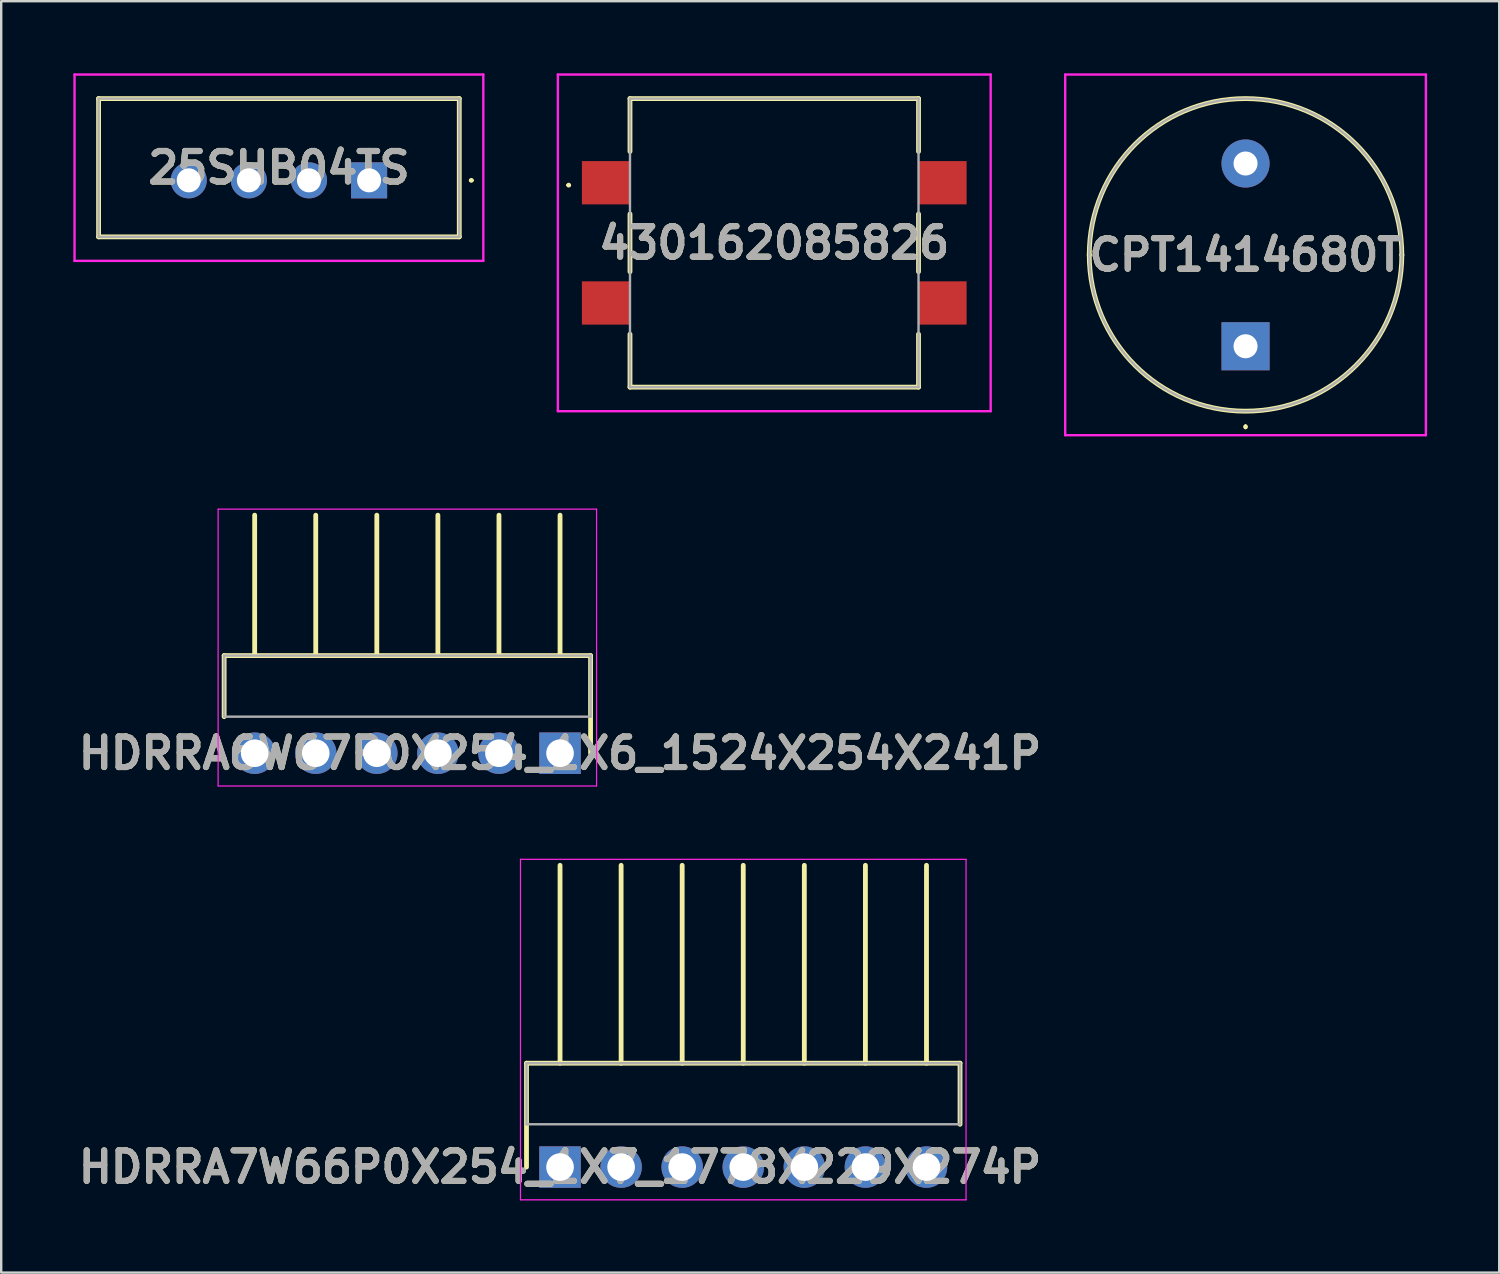
<source format=kicad_pcb>
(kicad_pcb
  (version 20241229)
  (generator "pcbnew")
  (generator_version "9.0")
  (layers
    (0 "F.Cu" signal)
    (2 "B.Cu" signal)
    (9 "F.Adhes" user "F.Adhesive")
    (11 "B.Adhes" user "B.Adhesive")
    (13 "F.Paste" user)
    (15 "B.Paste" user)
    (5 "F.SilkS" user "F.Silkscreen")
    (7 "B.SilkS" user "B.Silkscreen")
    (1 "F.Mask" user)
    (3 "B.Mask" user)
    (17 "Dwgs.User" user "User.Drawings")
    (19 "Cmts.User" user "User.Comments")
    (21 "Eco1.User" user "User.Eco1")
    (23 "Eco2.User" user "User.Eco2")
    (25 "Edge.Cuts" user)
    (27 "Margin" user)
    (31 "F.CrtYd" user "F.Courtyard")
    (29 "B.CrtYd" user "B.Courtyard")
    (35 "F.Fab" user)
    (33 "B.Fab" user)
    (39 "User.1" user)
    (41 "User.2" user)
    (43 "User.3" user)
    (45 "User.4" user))
  (footprint "25SHB04TS"
    (layer "F.Cu")
    (at 12.3 4.45)
    (property "Reference" "25SHB04TS" (at -3.75 -0.525 0) (layer "F.SilkS") (effects (font (size 1.27 1.27) (thickness 0.254))))
    (attr through_hole)
    (fp_line (start -11.25 -3.4) (end 3.75 -3.4) (stroke (width 0.2) (type solid)) (layer "F.SilkS"))
    (fp_line (start -11.25 2.35) (end -11.25 -3.4) (stroke (width 0.2) (type solid)) (layer "F.SilkS"))
    (fp_line (start 3.75 -3.4) (end 3.75 2.35) (stroke (width 0.2) (type solid)) (layer "F.SilkS"))
    (fp_line (start 3.75 2.35) (end -11.25 2.35) (stroke (width 0.2) (type solid)) (layer "F.SilkS"))
    (fp_line (start 4.2 0) (end 4.2 0) (stroke (width 0.1) (type solid)) (layer "F.SilkS"))
    (fp_line (start 4.3 0) (end 4.3 0) (stroke (width 0.1) (type solid)) (layer "F.SilkS"))
    (fp_arc (start 4.2 0) (mid 4.25 -0.05) (end 4.3 0) (stroke (width 0.1) (type solid)) (layer "F.SilkS"))
    (fp_arc (start 4.3 0) (mid 4.25 0.05) (end 4.2 0) (stroke (width 0.1) (type solid)) (layer "F.SilkS"))
    (fp_line (start -12.25 -4.4) (end 4.75 -4.4) (stroke (width 0.1) (type solid)) (layer "F.CrtYd"))
    (fp_line (start -12.25 3.35) (end -12.25 -4.4) (stroke (width 0.1) (type solid)) (layer "F.CrtYd"))
    (fp_line (start 4.75 -4.4) (end 4.75 3.35) (stroke (width 0.1) (type solid)) (layer "F.CrtYd"))
    (fp_line (start 4.75 3.35) (end -12.25 3.35) (stroke (width 0.1) (type solid)) (layer "F.CrtYd"))
    (fp_line (start -11.25 -3.4) (end 3.75 -3.4) (stroke (width 0.1) (type solid)) (layer "F.Fab"))
    (fp_line (start -11.25 2.35) (end -11.25 -3.4) (stroke (width 0.1) (type solid)) (layer "F.Fab"))
    (fp_line (start 3.75 -3.4) (end 3.75 2.35) (stroke (width 0.1) (type solid)) (layer "F.Fab"))
    (fp_line (start 3.75 2.35) (end -11.25 2.35) (stroke (width 0.1) (type solid)) (layer "F.Fab"))
    (fp_text user "${REFERENCE}" (at -3.75 -0.525 0) (layer "F.Fab") (effects (font (size 1.27 1.27) (thickness 0.254))))
    (pad "1" thru_hole rect (at 0 0) (size 1.5 1.5) (drill 1) (layers "*.Cu" "*.Mask"))
    (pad "2" thru_hole circle (at -2.5 0) (size 1.5 1.5) (drill 1) (layers "*.Cu" "*.Mask"))
    (pad "3" thru_hole circle (at -5 0) (size 1.5 1.5) (drill 1) (layers "*.Cu" "*.Mask"))
    (pad "4" thru_hole circle (at -7.5 0) (size 1.5 1.5) (drill 1) (layers "*.Cu" "*.Mask")))
  (footprint "CPT1414680T"
    (layer "F.Cu")
    (at 48.75 11.35)
    (property "Reference" "CPT1414680T" (at 0 -3.8 0) (layer "F.SilkS") (effects (font (size 1.27 1.27) (thickness 0.254))))
    (attr through_hole)
    (fp_line (start -6.5 -3.8) (end -6.5 -3.8) (stroke (width 0.2) (type solid)) (layer "F.SilkS"))
    (fp_line (start 0 3.3) (end 0 3.3) (stroke (width 0.1) (type solid)) (layer "F.SilkS"))
    (fp_line (start 0 3.4) (end 0 3.4) (stroke (width 0.1) (type solid)) (layer "F.SilkS"))
    (fp_line (start 6.5 -3.8) (end 6.5 -3.8) (stroke (width 0.2) (type solid)) (layer "F.SilkS"))
    (fp_arc (start -6.5 -3.8) (mid 0 -10.3) (end 6.5 -3.8) (stroke (width 0.2) (type solid)) (layer "F.SilkS"))
    (fp_arc (start 0 3.3) (mid 0.05 3.35) (end 0 3.4) (stroke (width 0.1) (type solid)) (layer "F.SilkS"))
    (fp_arc (start 0 3.4) (mid -0.05 3.35) (end 0 3.3) (stroke (width 0.1) (type solid)) (layer "F.SilkS"))
    (fp_arc (start 6.5 -3.8) (mid 0 2.7) (end -6.5 -3.8) (stroke (width 0.2) (type solid)) (layer "F.SilkS"))
    (fp_line (start -7.5 -11.3) (end 7.5 -11.3) (stroke (width 0.1) (type solid)) (layer "F.CrtYd"))
    (fp_line (start -7.5 3.7) (end -7.5 -11.3) (stroke (width 0.1) (type solid)) (layer "F.CrtYd"))
    (fp_line (start 7.5 -11.3) (end 7.5 3.7) (stroke (width 0.1) (type solid)) (layer "F.CrtYd"))
    (fp_line (start 7.5 3.7) (end -7.5 3.7) (stroke (width 0.1) (type solid)) (layer "F.CrtYd"))
    (fp_line (start -6.5 -3.8) (end -6.5 -3.8) (stroke (width 0.1) (type solid)) (layer "F.Fab"))
    (fp_line (start 6.5 -3.8) (end 6.5 -3.8) (stroke (width 0.1) (type solid)) (layer "F.Fab"))
    (fp_arc (start -6.5 -3.8) (mid 0 -10.3) (end 6.5 -3.8) (stroke (width 0.1) (type solid)) (layer "F.Fab"))
    (fp_arc (start 6.5 -3.8) (mid 0 2.7) (end -6.5 -3.8) (stroke (width 0.1) (type solid)) (layer "F.Fab"))
    (fp_text user "${REFERENCE}" (at 0 -3.8 0) (layer "F.Fab") (effects (font (size 1.27 1.27) (thickness 0.254))))
    (pad "1" thru_hole rect (at 0 0) (size 2 2) (drill 1) (layers "*.Cu" "*.Mask"))
    (pad "2" thru_hole circle (at 0 -7.6) (size 2 2) (drill 1) (layers "*.Cu" "*.Mask")))
  (footprint "HDRRA6W67P0X254_1X6_1524X254X241P"
    (layer "F.Cu")
    (at 20.241 28.275)
    (property "Reference" "HDRRA6W67P0X254_1X6_1524X254X241P" (at 0 0 0) (layer "F.SilkS") (effects (font (size 1.27 1.27) (thickness 0.254))))
    (attr through_hole)
    (fp_line (start -13.97 -4.06) (end -13.97 -1.52) (stroke (width 0.2) (type solid)) (layer "F.SilkS"))
    (fp_line (start -12.7 -4.06) (end -12.7 -9.9) (stroke (width 0.2) (type solid)) (layer "F.SilkS"))
    (fp_line (start -10.16 -4.06) (end -10.16 -9.9) (stroke (width 0.2) (type solid)) (layer "F.SilkS"))
    (fp_line (start -7.62 -4.06) (end -7.62 -9.9) (stroke (width 0.2) (type solid)) (layer "F.SilkS"))
    (fp_line (start -5.08 -4.06) (end -5.08 -9.9) (stroke (width 0.2) (type solid)) (layer "F.SilkS"))
    (fp_line (start -2.54 -4.06) (end -2.54 -9.9) (stroke (width 0.2) (type solid)) (layer "F.SilkS"))
    (fp_line (start 0 -4.06) (end 0 -9.9) (stroke (width 0.2) (type solid)) (layer "F.SilkS"))
    (fp_line (start 1.27 -4.06) (end -13.97 -4.06) (stroke (width 0.2) (type solid)) (layer "F.SilkS"))
    (fp_line (start 1.27 0) (end 1.27 -4.06) (stroke (width 0.2) (type solid)) (layer "F.SilkS"))
    (fp_line (start -14.22 -10.15) (end 1.52 -10.15) (stroke (width 0.05) (type solid)) (layer "F.CrtYd"))
    (fp_line (start -14.22 1.362) (end -14.22 -10.15) (stroke (width 0.05) (type solid)) (layer "F.CrtYd"))
    (fp_line (start 1.52 -10.15) (end 1.52 1.362) (stroke (width 0.05) (type solid)) (layer "F.CrtYd"))
    (fp_line (start 1.52 1.362) (end -14.22 1.362) (stroke (width 0.05) (type solid)) (layer "F.CrtYd"))
    (fp_line (start -13.97 -4.06) (end 1.27 -4.06) (stroke (width 0.1) (type solid)) (layer "F.Fab"))
    (fp_line (start -13.97 -1.52) (end -13.97 -4.06) (stroke (width 0.1) (type solid)) (layer "F.Fab"))
    (fp_line (start 1.27 -4.06) (end 1.27 -1.52) (stroke (width 0.1) (type solid)) (layer "F.Fab"))
    (fp_line (start 1.27 -1.52) (end -13.97 -1.52) (stroke (width 0.1) (type solid)) (layer "F.Fab"))
    (fp_text user "${REFERENCE}" (at 0 0 0) (layer "F.Fab") (effects (font (size 1.27 1.27) (thickness 0.254))))
    (pad "1" thru_hole rect (at 0 0) (size 1.725 1.725) (drill 1.15) (layers "*.Cu" "*.Mask"))
    (pad "2" thru_hole circle (at -2.54 0) (size 1.725 1.725) (drill 1.15) (layers "*.Cu" "*.Mask"))
    (pad "3" thru_hole circle (at -5.08 0) (size 1.725 1.725) (drill 1.15) (layers "*.Cu" "*.Mask"))
    (pad "4" thru_hole circle (at -7.62 0) (size 1.725 1.725) (drill 1.15) (layers "*.Cu" "*.Mask"))
    (pad "5" thru_hole circle (at -10.16 0) (size 1.725 1.725) (drill 1.15) (layers "*.Cu" "*.Mask"))
    (pad "6" thru_hole circle (at -12.7 0) (size 1.725 1.725) (drill 1.15) (layers "*.Cu" "*.Mask")))
  (footprint "430162085826"
    (layer "F.Cu")
    (at 29.15 7.05)
    (property "Reference" "430162085826" (at 0 0 0) (layer "F.SilkS") (effects (font (size 1.27 1.27) (thickness 0.254))))
    (attr smd)
    (fp_line (start -8.6 -2.4) (end -8.6 -2.4) (stroke (width 0.1) (type solid)) (layer "F.SilkS"))
    (fp_line (start -8.5 -2.4) (end -8.5 -2.4) (stroke (width 0.1) (type solid)) (layer "F.SilkS"))
    (fp_line (start -6 -6) (end -6 -3.8) (stroke (width 0.2) (type solid)) (layer "F.SilkS"))
    (fp_line (start -6 -1.2) (end -6 1.2) (stroke (width 0.2) (type solid)) (layer "F.SilkS"))
    (fp_line (start -6 3.8) (end -6 6) (stroke (width 0.2) (type solid)) (layer "F.SilkS"))
    (fp_line (start -6 6) (end 6 6) (stroke (width 0.2) (type solid)) (layer "F.SilkS"))
    (fp_line (start 6 -6) (end -6 -6) (stroke (width 0.2) (type solid)) (layer "F.SilkS"))
    (fp_line (start 6 -3.8) (end 6 -6) (stroke (width 0.2) (type solid)) (layer "F.SilkS"))
    (fp_line (start 6 1.2) (end 6 -1.2) (stroke (width 0.2) (type solid)) (layer "F.SilkS"))
    (fp_line (start 6 6) (end 6 3.8) (stroke (width 0.2) (type solid)) (layer "F.SilkS"))
    (fp_arc (start -8.6 -2.4) (mid -8.55 -2.45) (end -8.5 -2.4) (stroke (width 0.1) (type solid)) (layer "F.SilkS"))
    (fp_arc (start -8.5 -2.4) (mid -8.55 -2.35) (end -8.6 -2.4) (stroke (width 0.1) (type solid)) (layer "F.SilkS"))
    (fp_line (start -9 -7) (end 9 -7) (stroke (width 0.1) (type solid)) (layer "F.CrtYd"))
    (fp_line (start -9 7) (end -9 -7) (stroke (width 0.1) (type solid)) (layer "F.CrtYd"))
    (fp_line (start 9 -7) (end 9 7) (stroke (width 0.1) (type solid)) (layer "F.CrtYd"))
    (fp_line (start 9 7) (end -9 7) (stroke (width 0.1) (type solid)) (layer "F.CrtYd"))
    (fp_line (start -6 -6) (end 6 -6) (stroke (width 0.1) (type solid)) (layer "F.Fab"))
    (fp_line (start -6 6) (end -6 -6) (stroke (width 0.1) (type solid)) (layer "F.Fab"))
    (fp_line (start 6 -6) (end 6 6) (stroke (width 0.1) (type solid)) (layer "F.Fab"))
    (fp_line (start 6 6) (end -6 6) (stroke (width 0.1) (type solid)) (layer "F.Fab"))
    (fp_text user "${REFERENCE}" (at 0 0 0) (layer "F.Fab") (effects (font (size 1.27 1.27) (thickness 0.254))))
    (pad "1" smd rect (at -7 -2.5 90) (size 1.8 2) (layers "F.Cu" "F.Mask" "F.Paste"))
    (pad "2" smd rect (at 7 -2.5 90) (size 1.8 2) (layers "F.Cu" "F.Mask" "F.Paste"))
    (pad "3" smd rect (at -7 2.5 90) (size 1.8 2) (layers "F.Cu" "F.Mask" "F.Paste"))
    (pad "4" smd rect (at 7 2.5 90) (size 1.8 2) (layers "F.Cu" "F.Mask" "F.Paste")))
  (footprint "HDRRA7W66P0X254_1X7_1778X229X274P"
    (layer "F.Cu")
    (at 20.241 45.487)
    (property "Reference" "HDRRA7W66P0X254_1X7_1778X229X274P" (at 0 0 0) (layer "F.SilkS") (effects (font (size 1.27 1.27) (thickness 0.254))))
    (attr through_hole)
    (fp_line (start -1.395 -4.32) (end 16.635 -4.32) (stroke (width 0.2) (type solid)) (layer "F.SilkS"))
    (fp_line (start -1.395 0) (end -1.395 -4.32) (stroke (width 0.2) (type solid)) (layer "F.SilkS"))
    (fp_line (start 0 -4.32) (end 0 -12.55) (stroke (width 0.2) (type solid)) (layer "F.SilkS"))
    (fp_line (start 2.54 -4.32) (end 2.54 -12.55) (stroke (width 0.2) (type solid)) (layer "F.SilkS"))
    (fp_line (start 5.08 -4.32) (end 5.08 -12.55) (stroke (width 0.2) (type solid)) (layer "F.SilkS"))
    (fp_line (start 7.62 -4.32) (end 7.62 -12.55) (stroke (width 0.2) (type solid)) (layer "F.SilkS"))
    (fp_line (start 10.16 -4.32) (end 10.16 -12.55) (stroke (width 0.2) (type solid)) (layer "F.SilkS"))
    (fp_line (start 12.7 -4.32) (end 12.7 -12.55) (stroke (width 0.2) (type solid)) (layer "F.SilkS"))
    (fp_line (start 15.24 -4.32) (end 15.24 -12.55) (stroke (width 0.2) (type solid)) (layer "F.SilkS"))
    (fp_line (start 16.635 -4.32) (end 16.635 -1.78) (stroke (width 0.2) (type solid)) (layer "F.SilkS"))
    (fp_line (start -1.645 -12.8) (end -1.645 1.362) (stroke (width 0.05) (type solid)) (layer "F.CrtYd"))
    (fp_line (start -1.645 1.362) (end 16.885 1.362) (stroke (width 0.05) (type solid)) (layer "F.CrtYd"))
    (fp_line (start 16.885 -12.8) (end -1.645 -12.8) (stroke (width 0.05) (type solid)) (layer "F.CrtYd"))
    (fp_line (start 16.885 1.362) (end 16.885 -12.8) (stroke (width 0.05) (type solid)) (layer "F.CrtYd"))
    (fp_line (start -1.395 -4.32) (end 16.635 -4.32) (stroke (width 0.1) (type solid)) (layer "F.Fab"))
    (fp_line (start -1.395 -1.78) (end -1.395 -4.32) (stroke (width 0.1) (type solid)) (layer "F.Fab"))
    (fp_line (start 16.635 -4.32) (end 16.635 -1.78) (stroke (width 0.1) (type solid)) (layer "F.Fab"))
    (fp_line (start 16.635 -1.78) (end -1.395 -1.78) (stroke (width 0.1) (type solid)) (layer "F.Fab"))
    (fp_text user "${REFERENCE}" (at 0 0 0) (layer "F.Fab") (effects (font (size 1.27 1.27) (thickness 0.254))))
    (pad "1" thru_hole rect (at 0 0) (size 1.725 1.725) (drill 1.15) (layers "*.Cu" "*.Mask"))
    (pad "2" thru_hole circle (at 2.54 0) (size 1.725 1.725) (drill 1.15) (layers "*.Cu" "*.Mask"))
    (pad "3" thru_hole circle (at 5.08 0) (size 1.725 1.725) (drill 1.15) (layers "*.Cu" "*.Mask"))
    (pad "4" thru_hole circle (at 7.62 0) (size 1.725 1.725) (drill 1.15) (layers "*.Cu" "*.Mask"))
    (pad "5" thru_hole circle (at 10.16 0) (size 1.725 1.725) (drill 1.15) (layers "*.Cu" "*.Mask"))
    (pad "6" thru_hole circle (at 12.7 0) (size 1.725 1.725) (drill 1.15) (layers "*.Cu" "*.Mask"))
    (pad "7" thru_hole circle (at 15.24 0) (size 1.725 1.725) (drill 1.15) (layers "*.Cu" "*.Mask")))
  (gr_rect
    (start -3 -3)
    (end 59.3 49.874)
    (stroke (width 0.1) (type default))
    (fill no)
    (layer "Edge.Cuts")))
</source>
